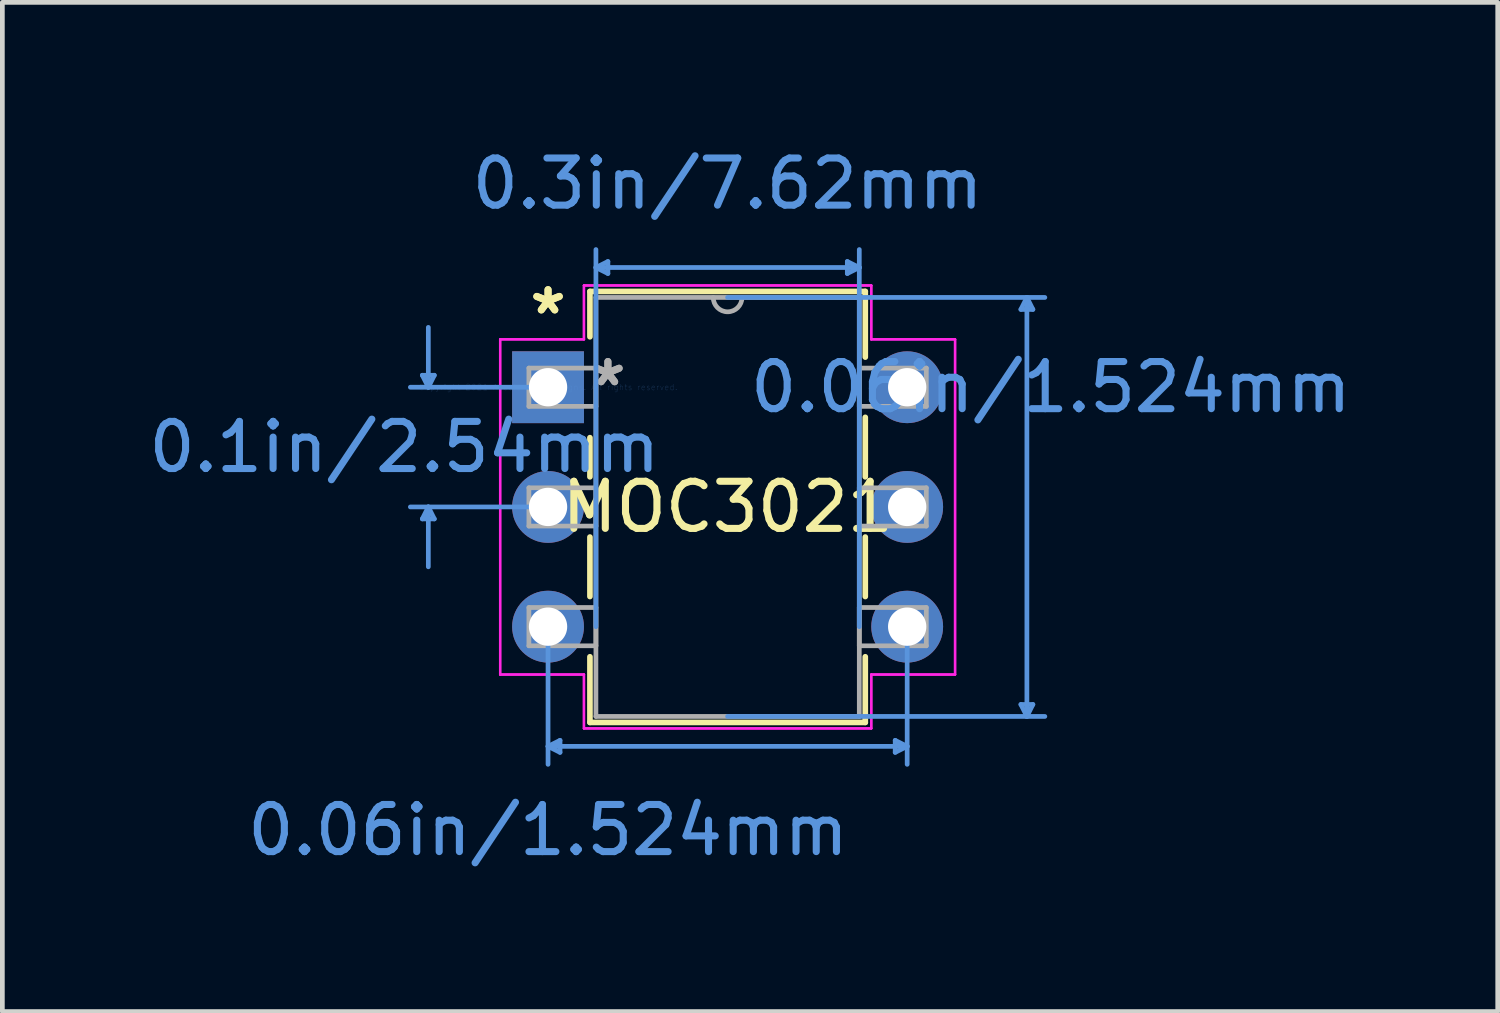
<source format=kicad_pcb>
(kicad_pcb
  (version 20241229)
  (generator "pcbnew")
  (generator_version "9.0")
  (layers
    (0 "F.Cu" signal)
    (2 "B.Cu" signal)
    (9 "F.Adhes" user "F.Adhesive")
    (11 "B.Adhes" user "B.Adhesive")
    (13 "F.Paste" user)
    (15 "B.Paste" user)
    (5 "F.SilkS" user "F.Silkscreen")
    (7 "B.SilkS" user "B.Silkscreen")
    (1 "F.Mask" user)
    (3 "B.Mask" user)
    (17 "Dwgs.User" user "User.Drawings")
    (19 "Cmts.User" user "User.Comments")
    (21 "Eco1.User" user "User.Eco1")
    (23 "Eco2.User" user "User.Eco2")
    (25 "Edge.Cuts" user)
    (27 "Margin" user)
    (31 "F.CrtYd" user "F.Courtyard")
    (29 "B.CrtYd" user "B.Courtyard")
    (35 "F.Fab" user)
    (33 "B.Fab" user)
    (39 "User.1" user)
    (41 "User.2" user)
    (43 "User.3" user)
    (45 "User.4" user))
  (footprint "MOC3021"
    (layer "F.Cu")
    (at 8.578 5.166)
    (property "Reference" "MOC3021" (at 3.81 2.54 0) (layer "F.SilkS") (effects (font (size 1 1) (thickness 0.15))))
    (attr through_hole)
    (fp_line (start 0.889 -2.032) (end 0.889 -1.07) (stroke (width 0.12) (type solid)) (layer "F.SilkS"))
    (fp_line (start 0.889 1.07) (end 0.889 1.901) (stroke (width 0.12) (type solid)) (layer "F.SilkS"))
    (fp_line (start 0.889 3.179) (end 0.889 4.441) (stroke (width 0.12) (type solid)) (layer "F.SilkS"))
    (fp_line (start 0.889 5.719) (end 0.889 7.112) (stroke (width 0.12) (type solid)) (layer "F.SilkS"))
    (fp_line (start 0.889 7.112) (end 6.731 7.112) (stroke (width 0.12) (type solid)) (layer "F.SilkS"))
    (fp_line (start 6.731 -2.032) (end 0.889 -2.032) (stroke (width 0.12) (type solid)) (layer "F.SilkS"))
    (fp_line (start 6.731 -0.639) (end 6.731 -2.032) (stroke (width 0.12) (type solid)) (layer "F.SilkS"))
    (fp_line (start 6.731 1.901) (end 6.731 0.639) (stroke (width 0.12) (type solid)) (layer "F.SilkS"))
    (fp_line (start 6.731 4.441) (end 6.731 3.179) (stroke (width 0.12) (type solid)) (layer "F.SilkS"))
    (fp_line (start 6.731 7.112) (end 6.731 5.719) (stroke (width 0.12) (type solid)) (layer "F.SilkS"))
    (fp_line (start -2.667 -0.254) (end -2.413 -0.254) (stroke (width 0.1) (type solid)) (layer "Cmts.User"))
    (fp_line (start -2.667 2.794) (end -2.413 2.794) (stroke (width 0.1) (type solid)) (layer "Cmts.User"))
    (fp_line (start -2.54 0) (end -2.667 -0.254) (stroke (width 0.1) (type solid)) (layer "Cmts.User"))
    (fp_line (start -2.54 0) (end -2.54 -1.27) (stroke (width 0.1) (type solid)) (layer "Cmts.User"))
    (fp_line (start -2.54 0) (end -2.413 -0.254) (stroke (width 0.1) (type solid)) (layer "Cmts.User"))
    (fp_line (start -2.54 2.54) (end -2.667 2.794) (stroke (width 0.1) (type solid)) (layer "Cmts.User"))
    (fp_line (start -2.54 2.54) (end -2.54 3.81) (stroke (width 0.1) (type solid)) (layer "Cmts.User"))
    (fp_line (start -2.54 2.54) (end -2.413 2.794) (stroke (width 0.1) (type solid)) (layer "Cmts.User"))
    (fp_line (start 0 0) (end -2.921 0) (stroke (width 0.1) (type solid)) (layer "Cmts.User"))
    (fp_line (start 0 2.54) (end -2.921 2.54) (stroke (width 0.1) (type solid)) (layer "Cmts.User"))
    (fp_line (start 0 5.08) (end 0 8.001) (stroke (width 0.1) (type solid)) (layer "Cmts.User"))
    (fp_line (start 0 7.62) (end 0.254 7.493) (stroke (width 0.1) (type solid)) (layer "Cmts.User"))
    (fp_line (start 0 7.62) (end 0.254 7.747) (stroke (width 0.1) (type solid)) (layer "Cmts.User"))
    (fp_line (start 0 7.62) (end 7.62 7.62) (stroke (width 0.1) (type solid)) (layer "Cmts.User"))
    (fp_line (start 0.254 7.493) (end 0.254 7.747) (stroke (width 0.1) (type solid)) (layer "Cmts.User"))
    (fp_line (start 1.016 -2.54) (end 1.27 -2.667) (stroke (width 0.1) (type solid)) (layer "Cmts.User"))
    (fp_line (start 1.016 -2.54) (end 1.27 -2.413) (stroke (width 0.1) (type solid)) (layer "Cmts.User"))
    (fp_line (start 1.016 -2.54) (end 6.604 -2.54) (stroke (width 0.1) (type solid)) (layer "Cmts.User"))
    (fp_line (start 1.016 5.08) (end 1.016 -2.921) (stroke (width 0.1) (type solid)) (layer "Cmts.User"))
    (fp_line (start 1.27 -2.667) (end 1.27 -2.413) (stroke (width 0.1) (type solid)) (layer "Cmts.User"))
    (fp_line (start 3.81 -1.905) (end 10.541 -1.905) (stroke (width 0.1) (type solid)) (layer "Cmts.User"))
    (fp_line (start 3.81 6.985) (end 10.541 6.985) (stroke (width 0.1) (type solid)) (layer "Cmts.User"))
    (fp_line (start 6.35 -2.667) (end 6.35 -2.413) (stroke (width 0.1) (type solid)) (layer "Cmts.User"))
    (fp_line (start 6.604 -2.54) (end 6.35 -2.667) (stroke (width 0.1) (type solid)) (layer "Cmts.User"))
    (fp_line (start 6.604 -2.54) (end 6.35 -2.413) (stroke (width 0.1) (type solid)) (layer "Cmts.User"))
    (fp_line (start 6.604 5.08) (end 6.604 -2.921) (stroke (width 0.1) (type solid)) (layer "Cmts.User"))
    (fp_line (start 7.366 7.493) (end 7.366 7.747) (stroke (width 0.1) (type solid)) (layer "Cmts.User"))
    (fp_line (start 7.62 5.08) (end 7.62 8.001) (stroke (width 0.1) (type solid)) (layer "Cmts.User"))
    (fp_line (start 7.62 7.62) (end 7.366 7.493) (stroke (width 0.1) (type solid)) (layer "Cmts.User"))
    (fp_line (start 7.62 7.62) (end 7.366 7.747) (stroke (width 0.1) (type solid)) (layer "Cmts.User"))
    (fp_line (start 10.033 -1.651) (end 10.287 -1.651) (stroke (width 0.1) (type solid)) (layer "Cmts.User"))
    (fp_line (start 10.033 6.731) (end 10.287 6.731) (stroke (width 0.1) (type solid)) (layer "Cmts.User"))
    (fp_line (start 10.16 -1.905) (end 10.033 -1.651) (stroke (width 0.1) (type solid)) (layer "Cmts.User"))
    (fp_line (start 10.16 -1.905) (end 10.16 6.985) (stroke (width 0.1) (type solid)) (layer "Cmts.User"))
    (fp_line (start 10.16 -1.905) (end 10.287 -1.651) (stroke (width 0.1) (type solid)) (layer "Cmts.User"))
    (fp_line (start 10.16 6.985) (end 10.033 6.731) (stroke (width 0.1) (type solid)) (layer "Cmts.User"))
    (fp_line (start 10.16 6.985) (end 10.287 6.731) (stroke (width 0.1) (type solid)) (layer "Cmts.User"))
    (fp_line (start -1.016 -1.016) (end -1.016 6.096) (stroke (width 0.05) (type solid)) (layer "F.CrtYd"))
    (fp_line (start -1.016 -1.016) (end 0.762 -1.016) (stroke (width 0.05) (type solid)) (layer "F.CrtYd"))
    (fp_line (start -1.016 6.096) (end -1.016 -1.016) (stroke (width 0.05) (type solid)) (layer "F.CrtYd"))
    (fp_line (start -1.016 6.096) (end 0.762 6.096) (stroke (width 0.05) (type solid)) (layer "F.CrtYd"))
    (fp_line (start 0.762 -2.159) (end 0.762 -1.016) (stroke (width 0.05) (type solid)) (layer "F.CrtYd"))
    (fp_line (start 0.762 -2.159) (end 6.858 -2.159) (stroke (width 0.05) (type solid)) (layer "F.CrtYd"))
    (fp_line (start 0.762 -1.016) (end -1.016 -1.016) (stroke (width 0.05) (type solid)) (layer "F.CrtYd"))
    (fp_line (start 0.762 -1.016) (end 0.762 -2.159) (stroke (width 0.05) (type solid)) (layer "F.CrtYd"))
    (fp_line (start 0.762 6.096) (end -1.016 6.096) (stroke (width 0.05) (type solid)) (layer "F.CrtYd"))
    (fp_line (start 0.762 6.096) (end 0.762 7.239) (stroke (width 0.05) (type solid)) (layer "F.CrtYd"))
    (fp_line (start 0.762 7.239) (end 0.762 6.096) (stroke (width 0.05) (type solid)) (layer "F.CrtYd"))
    (fp_line (start 0.762 7.239) (end 6.858 7.239) (stroke (width 0.05) (type solid)) (layer "F.CrtYd"))
    (fp_line (start 6.858 -2.159) (end 0.762 -2.159) (stroke (width 0.05) (type solid)) (layer "F.CrtYd"))
    (fp_line (start 6.858 -2.159) (end 6.858 -1.016) (stroke (width 0.05) (type solid)) (layer "F.CrtYd"))
    (fp_line (start 6.858 -1.016) (end 6.858 -2.159) (stroke (width 0.05) (type solid)) (layer "F.CrtYd"))
    (fp_line (start 6.858 6.096) (end 6.858 7.239) (stroke (width 0.05) (type solid)) (layer "F.CrtYd"))
    (fp_line (start 6.858 6.096) (end 8.636 6.096) (stroke (width 0.05) (type solid)) (layer "F.CrtYd"))
    (fp_line (start 6.858 7.239) (end 0.762 7.239) (stroke (width 0.05) (type solid)) (layer "F.CrtYd"))
    (fp_line (start 6.858 7.239) (end 6.858 6.096) (stroke (width 0.05) (type solid)) (layer "F.CrtYd"))
    (fp_line (start 8.636 -1.016) (end 6.858 -1.016) (stroke (width 0.05) (type solid)) (layer "F.CrtYd"))
    (fp_line (start 8.636 -1.016) (end 6.858 -1.016) (stroke (width 0.05) (type solid)) (layer "F.CrtYd"))
    (fp_line (start 8.636 -1.016) (end 8.636 6.096) (stroke (width 0.05) (type solid)) (layer "F.CrtYd"))
    (fp_line (start 8.636 6.096) (end 6.858 6.096) (stroke (width 0.05) (type solid)) (layer "F.CrtYd"))
    (fp_line (start 8.636 6.096) (end 8.636 -1.016) (stroke (width 0.05) (type solid)) (layer "F.CrtYd"))
    (fp_line (start -0.406 -0.406) (end -0.406 0.406) (stroke (width 0.1) (type solid)) (layer "F.Fab"))
    (fp_line (start -0.406 0.406) (end 1.016 0.406) (stroke (width 0.1) (type solid)) (layer "F.Fab"))
    (fp_line (start -0.406 2.134) (end -0.406 2.946) (stroke (width 0.1) (type solid)) (layer "F.Fab"))
    (fp_line (start -0.406 2.946) (end 1.016 2.946) (stroke (width 0.1) (type solid)) (layer "F.Fab"))
    (fp_line (start -0.406 4.674) (end -0.406 5.486) (stroke (width 0.1) (type solid)) (layer "F.Fab"))
    (fp_line (start -0.406 5.486) (end 1.016 5.486) (stroke (width 0.1) (type solid)) (layer "F.Fab"))
    (fp_line (start 1.016 -1.905) (end 1.016 6.985) (stroke (width 0.1) (type solid)) (layer "F.Fab"))
    (fp_line (start 1.016 -0.406) (end -0.406 -0.406) (stroke (width 0.1) (type solid)) (layer "F.Fab"))
    (fp_line (start 1.016 0.406) (end 1.016 -0.406) (stroke (width 0.1) (type solid)) (layer "F.Fab"))
    (fp_line (start 1.016 2.134) (end -0.406 2.134) (stroke (width 0.1) (type solid)) (layer "F.Fab"))
    (fp_line (start 1.016 2.946) (end 1.016 2.134) (stroke (width 0.1) (type solid)) (layer "F.Fab"))
    (fp_line (start 1.016 4.674) (end -0.406 4.674) (stroke (width 0.1) (type solid)) (layer "F.Fab"))
    (fp_line (start 1.016 5.486) (end 1.016 4.674) (stroke (width 0.1) (type solid)) (layer "F.Fab"))
    (fp_line (start 1.016 6.985) (end 6.604 6.985) (stroke (width 0.1) (type solid)) (layer "F.Fab"))
    (fp_line (start 6.604 -1.905) (end 1.016 -1.905) (stroke (width 0.1) (type solid)) (layer "F.Fab"))
    (fp_line (start 6.604 -0.406) (end 6.604 0.406) (stroke (width 0.1) (type solid)) (layer "F.Fab"))
    (fp_line (start 6.604 0.406) (end 8.026 0.406) (stroke (width 0.1) (type solid)) (layer "F.Fab"))
    (fp_line (start 6.604 2.134) (end 6.604 2.946) (stroke (width 0.1) (type solid)) (layer "F.Fab"))
    (fp_line (start 6.604 2.946) (end 8.026 2.946) (stroke (width 0.1) (type solid)) (layer "F.Fab"))
    (fp_line (start 6.604 4.674) (end 6.604 5.486) (stroke (width 0.1) (type solid)) (layer "F.Fab"))
    (fp_line (start 6.604 5.486) (end 8.026 5.486) (stroke (width 0.1) (type solid)) (layer "F.Fab"))
    (fp_line (start 6.604 6.985) (end 6.604 -1.905) (stroke (width 0.1) (type solid)) (layer "F.Fab"))
    (fp_line (start 8.026 -0.406) (end 6.604 -0.406) (stroke (width 0.1) (type solid)) (layer "F.Fab"))
    (fp_line (start 8.026 0.406) (end 8.026 -0.406) (stroke (width 0.1) (type solid)) (layer "F.Fab"))
    (fp_line (start 8.026 2.134) (end 6.604 2.134) (stroke (width 0.1) (type solid)) (layer "F.Fab"))
    (fp_line (start 8.026 2.946) (end 8.026 2.134) (stroke (width 0.1) (type solid)) (layer "F.Fab"))
    (fp_line (start 8.026 4.674) (end 6.604 4.674) (stroke (width 0.1) (type solid)) (layer "F.Fab"))
    (fp_line (start 8.026 5.486) (end 8.026 4.674) (stroke (width 0.1) (type solid)) (layer "F.Fab"))
    (fp_arc (start 4.1148 -1.905) (mid 3.81 -1.6002) (end 3.5052 -1.905) (stroke (width 0.1) (type solid)) (layer "F.Fab"))
    (fp_text user "*" (at 0 -1.524 0) (layer "F.SilkS") (effects (font (size 1 1) (thickness 0.15))))
    (fp_text user "*" (at 0 -1.524 0) (layer "F.SilkS") (effects (font (size 1 1) (thickness 0.15))))
    (fp_text user "0.3in/7.62mm" (at 3.81 -4.318 0) (layer "Cmts.User") (effects (font (size 1 1) (thickness 0.15))))
    (fp_text user "0.06in/1.524mm" (at 0 9.398 0) (layer "Cmts.User") (effects (font (size 1 1) (thickness 0.15))))
    (fp_text user "Copyright 2021 Accelerated Designs. All rights reserved." (at 0 0 0) (layer "Cmts.User") (effects (font (size 0.127 0.127) (thickness 0.002))))
    (fp_text user "0.1in/2.54mm" (at -3.048 1.27 0) (layer "Cmts.User") (effects (font (size 1 1) (thickness 0.15))))
    (fp_text user "0.06in/1.524mm" (at 10.668 0 0) (layer "Cmts.User") (effects (font (size 1 1) (thickness 0.15))))
    (fp_text user "*" (at 1.27 0 0) (layer "F.Fab") (effects (font (size 1 1) (thickness 0.15))))
    (fp_text user "*" (at 1.27 0 0) (layer "F.Fab") (effects (font (size 1 1) (thickness 0.15))))
    (pad "1" thru_hole rect (at 0 0) (size 1.524 1.524) (drill 0.813) (layers "*.Cu" "*.Mask"))
    (pad "2" thru_hole circle (at 0 2.54) (size 1.524 1.524) (drill 0.813) (layers "*.Cu" "*.Mask"))
    (pad "3" thru_hole circle (at 0 5.08) (size 1.524 1.524) (drill 0.813) (layers "*.Cu" "*.Mask"))
    (pad "4" thru_hole circle (at 7.62 5.08) (size 1.524 1.524) (drill 0.813) (layers "*.Cu" "*.Mask"))
    (pad "5" thru_hole circle (at 7.62 2.54) (size 1.524 1.524) (drill 0.813) (layers "*.Cu" "*.Mask"))
    (pad "6" thru_hole circle (at 7.62 0) (size 1.524 1.524) (drill 0.813) (layers "*.Cu" "*.Mask")))
  (gr_rect
    (start -3 -3)
    (end 28.728 18.413)
    (stroke (width 0.1) (type default))
    (fill no)
    (layer "Edge.Cuts")))
</source>
